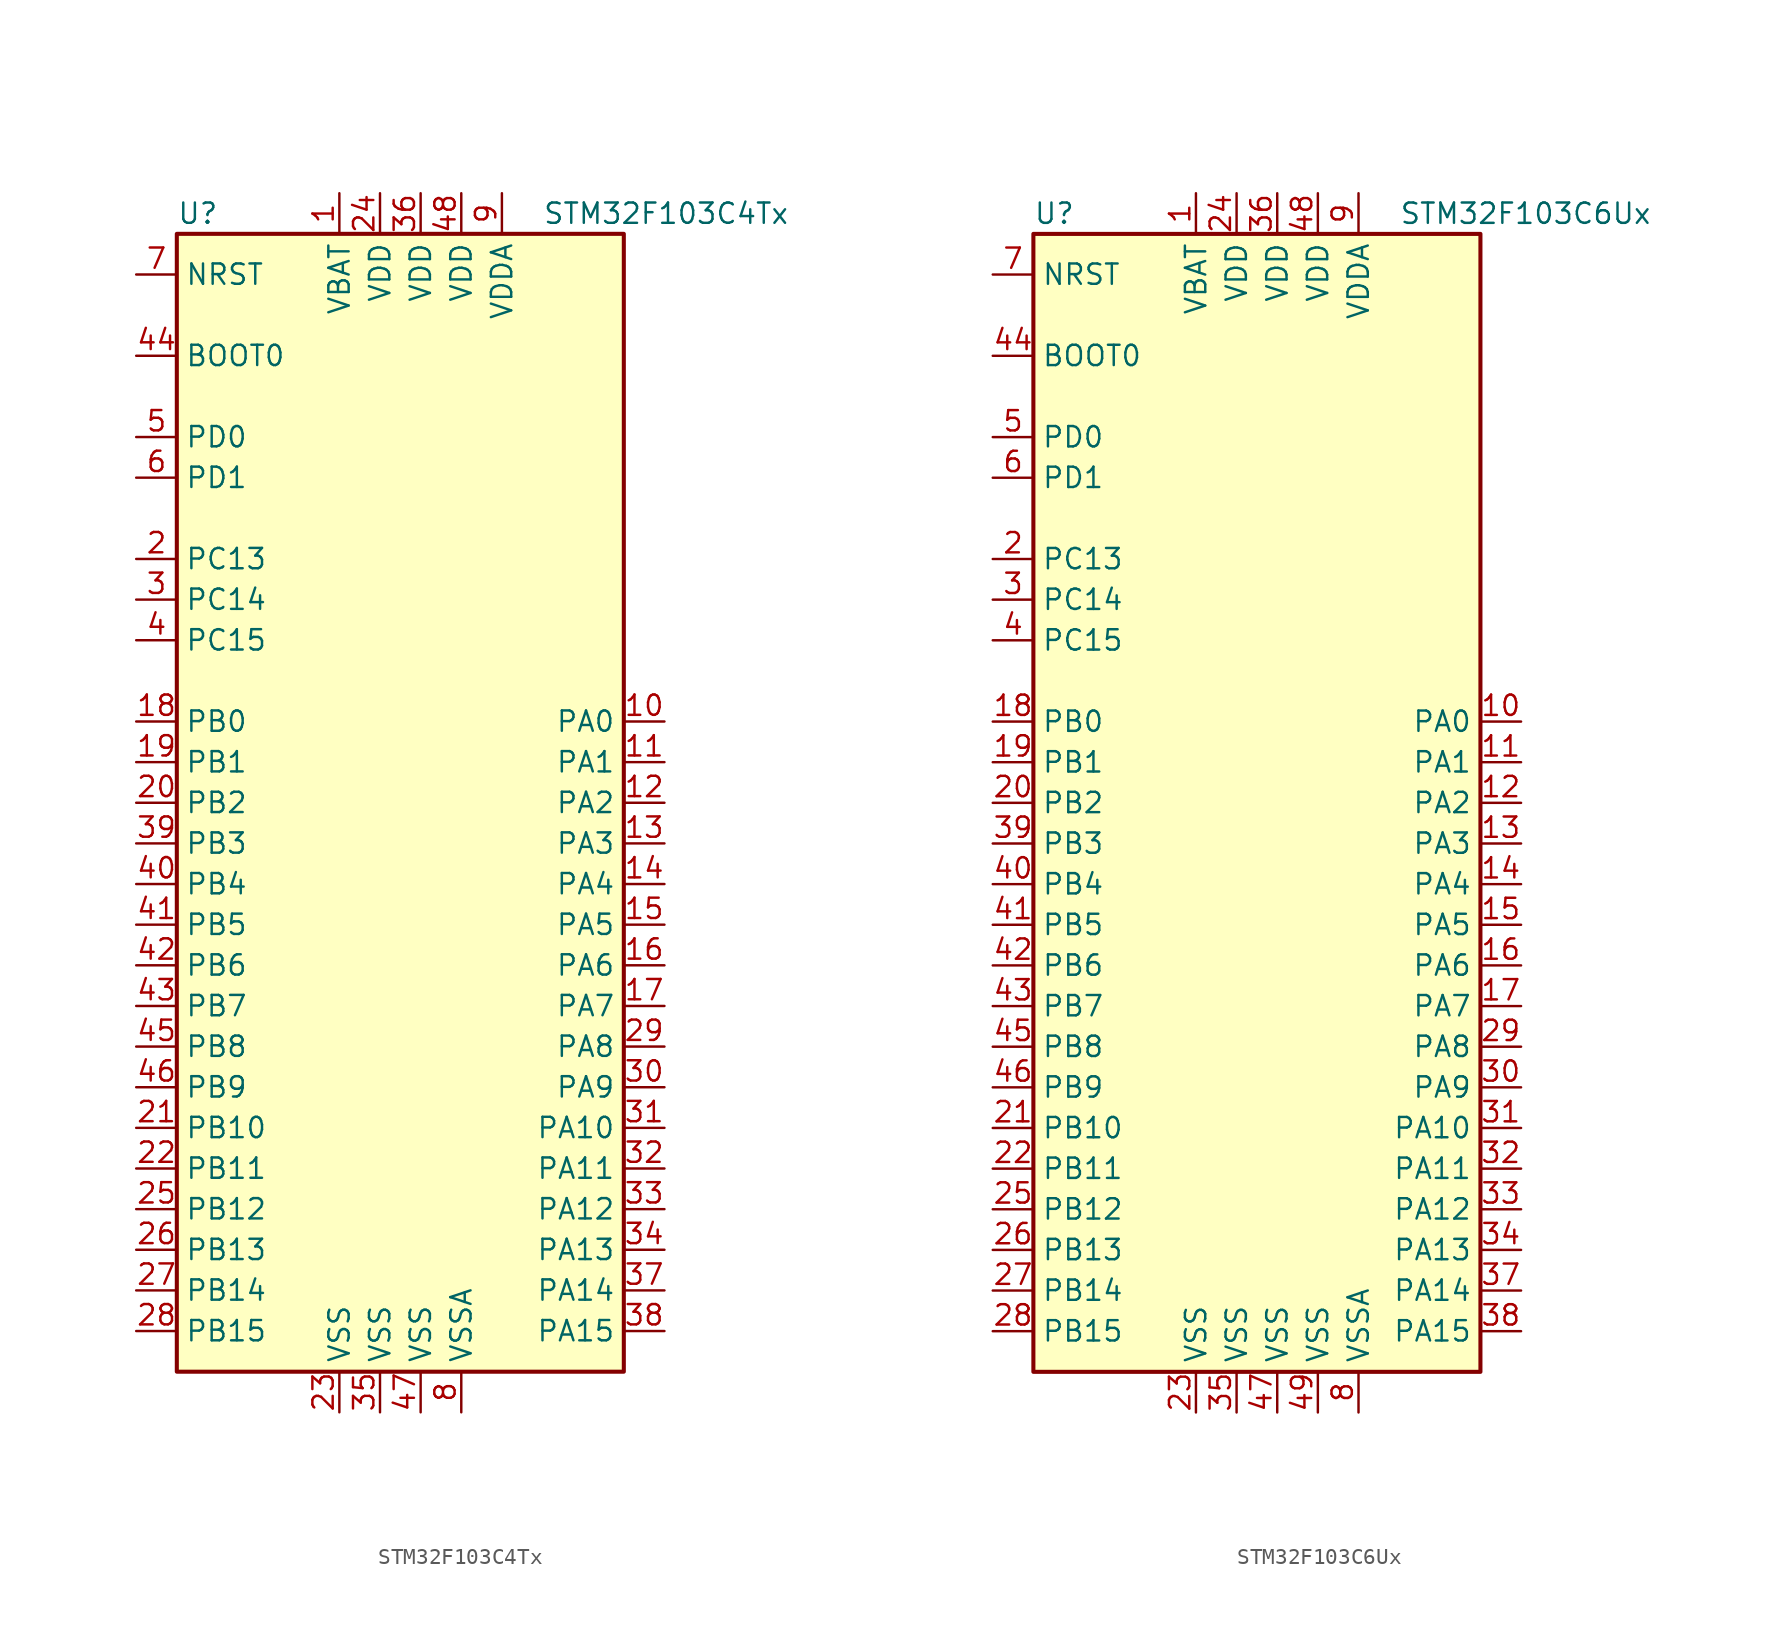
<source format=kicad_sym>
(kicad_symbol_lib
  (version 20201005)
  (generator kicad_symbol_editor)
  (symbol "MCU_ST_STM32F1:STM32F103C4Tx"
    (property "Reference" "U"
      (at -15.24 36.83 0)
      (effects (font (size 1.27 1.27)) (justify left)))
    (property "Value" "STM32F103C4Tx"
      (at 7.62 36.83 0)
      (effects (font (size 1.27 1.27)) (justify left)))
    (symbol "STM32F103C4Tx_0_1"
      (rectangle (start -15.24 -35.56) (end 12.7 35.56) (stroke (width 0.254)) (fill (type background))))
    (symbol "STM32F103C4Tx_1_1"
      (pin input line (at -17.78 27.94 0) (length 2.54) (name "BOOT0" (effects (font (size 1.27 1.27)))) (number "44" (effects (font (size 1.27 1.27)))))
      (pin input line (at -17.78 33.02 0) (length 2.54) (name "NRST" (effects (font (size 1.27 1.27)))) (number "7" (effects (font (size 1.27 1.27)))))
      (pin bidirectional line (at 15.24 5.08 180) (length 2.54) (name "PA0" (effects (font (size 1.27 1.27)))) (number "10" (effects (font (size 1.27 1.27)))))
      (pin bidirectional line (at 15.24 2.54 180) (length 2.54) (name "PA1" (effects (font (size 1.27 1.27)))) (number "11" (effects (font (size 1.27 1.27)))))
      (pin bidirectional line (at 15.24 -20.32 180) (length 2.54) (name "PA10" (effects (font (size 1.27 1.27)))) (number "31" (effects (font (size 1.27 1.27)))))
      (pin bidirectional line (at 15.24 -22.86 180) (length 2.54) (name "PA11" (effects (font (size 1.27 1.27)))) (number "32" (effects (font (size 1.27 1.27)))))
      (pin bidirectional line (at 15.24 -25.4 180) (length 2.54) (name "PA12" (effects (font (size 1.27 1.27)))) (number "33" (effects (font (size 1.27 1.27)))))
      (pin bidirectional line (at 15.24 -27.94 180) (length 2.54) (name "PA13" (effects (font (size 1.27 1.27)))) (number "34" (effects (font (size 1.27 1.27)))))
      (pin bidirectional line (at 15.24 -30.48 180) (length 2.54) (name "PA14" (effects (font (size 1.27 1.27)))) (number "37" (effects (font (size 1.27 1.27)))))
      (pin bidirectional line (at 15.24 -33.02 180) (length 2.54) (name "PA15" (effects (font (size 1.27 1.27)))) (number "38" (effects (font (size 1.27 1.27)))))
      (pin bidirectional line (at 15.24 0 180) (length 2.54) (name "PA2" (effects (font (size 1.27 1.27)))) (number "12" (effects (font (size 1.27 1.27)))))
      (pin bidirectional line (at 15.24 -2.54 180) (length 2.54) (name "PA3" (effects (font (size 1.27 1.27)))) (number "13" (effects (font (size 1.27 1.27)))))
      (pin bidirectional line (at 15.24 -5.08 180) (length 2.54) (name "PA4" (effects (font (size 1.27 1.27)))) (number "14" (effects (font (size 1.27 1.27)))))
      (pin bidirectional line (at 15.24 -7.62 180) (length 2.54) (name "PA5" (effects (font (size 1.27 1.27)))) (number "15" (effects (font (size 1.27 1.27)))))
      (pin bidirectional line (at 15.24 -10.16 180) (length 2.54) (name "PA6" (effects (font (size 1.27 1.27)))) (number "16" (effects (font (size 1.27 1.27)))))
      (pin bidirectional line (at 15.24 -12.7 180) (length 2.54) (name "PA7" (effects (font (size 1.27 1.27)))) (number "17" (effects (font (size 1.27 1.27)))))
      (pin bidirectional line (at 15.24 -15.24 180) (length 2.54) (name "PA8" (effects (font (size 1.27 1.27)))) (number "29" (effects (font (size 1.27 1.27)))))
      (pin bidirectional line (at 15.24 -17.78 180) (length 2.54) (name "PA9" (effects (font (size 1.27 1.27)))) (number "30" (effects (font (size 1.27 1.27)))))
      (pin bidirectional line (at -17.78 5.08 0) (length 2.54) (name "PB0" (effects (font (size 1.27 1.27)))) (number "18" (effects (font (size 1.27 1.27)))))
      (pin bidirectional line (at -17.78 2.54 0) (length 2.54) (name "PB1" (effects (font (size 1.27 1.27)))) (number "19" (effects (font (size 1.27 1.27)))))
      (pin bidirectional line (at -17.78 -20.32 0) (length 2.54) (name "PB10" (effects (font (size 1.27 1.27)))) (number "21" (effects (font (size 1.27 1.27)))))
      (pin bidirectional line (at -17.78 -22.86 0) (length 2.54) (name "PB11" (effects (font (size 1.27 1.27)))) (number "22" (effects (font (size 1.27 1.27)))))
      (pin bidirectional line (at -17.78 -25.4 0) (length 2.54) (name "PB12" (effects (font (size 1.27 1.27)))) (number "25" (effects (font (size 1.27 1.27)))))
      (pin bidirectional line (at -17.78 -27.94 0) (length 2.54) (name "PB13" (effects (font (size 1.27 1.27)))) (number "26" (effects (font (size 1.27 1.27)))))
      (pin bidirectional line (at -17.78 -30.48 0) (length 2.54) (name "PB14" (effects (font (size 1.27 1.27)))) (number "27" (effects (font (size 1.27 1.27)))))
      (pin bidirectional line (at -17.78 -33.02 0) (length 2.54) (name "PB15" (effects (font (size 1.27 1.27)))) (number "28" (effects (font (size 1.27 1.27)))))
      (pin bidirectional line (at -17.78 0 0) (length 2.54) (name "PB2" (effects (font (size 1.27 1.27)))) (number "20" (effects (font (size 1.27 1.27)))))
      (pin bidirectional line (at -17.78 -2.54 0) (length 2.54) (name "PB3" (effects (font (size 1.27 1.27)))) (number "39" (effects (font (size 1.27 1.27)))))
      (pin bidirectional line (at -17.78 -5.08 0) (length 2.54) (name "PB4" (effects (font (size 1.27 1.27)))) (number "40" (effects (font (size 1.27 1.27)))))
      (pin bidirectional line (at -17.78 -7.62 0) (length 2.54) (name "PB5" (effects (font (size 1.27 1.27)))) (number "41" (effects (font (size 1.27 1.27)))))
      (pin bidirectional line (at -17.78 -10.16 0) (length 2.54) (name "PB6" (effects (font (size 1.27 1.27)))) (number "42" (effects (font (size 1.27 1.27)))))
      (pin bidirectional line (at -17.78 -12.7 0) (length 2.54) (name "PB7" (effects (font (size 1.27 1.27)))) (number "43" (effects (font (size 1.27 1.27)))))
      (pin bidirectional line (at -17.78 -15.24 0) (length 2.54) (name "PB8" (effects (font (size 1.27 1.27)))) (number "45" (effects (font (size 1.27 1.27)))))
      (pin bidirectional line (at -17.78 -17.78 0) (length 2.54) (name "PB9" (effects (font (size 1.27 1.27)))) (number "46" (effects (font (size 1.27 1.27)))))
      (pin bidirectional line (at -17.78 15.24 0) (length 2.54) (name "PC13" (effects (font (size 1.27 1.27)))) (number "2" (effects (font (size 1.27 1.27)))))
      (pin bidirectional line (at -17.78 12.7 0) (length 2.54) (name "PC14" (effects (font (size 1.27 1.27)))) (number "3" (effects (font (size 1.27 1.27)))))
      (pin bidirectional line (at -17.78 10.16 0) (length 2.54) (name "PC15" (effects (font (size 1.27 1.27)))) (number "4" (effects (font (size 1.27 1.27)))))
      (pin input line (at -17.78 22.86 0) (length 2.54) (name "PD0" (effects (font (size 1.27 1.27)))) (number "5" (effects (font (size 1.27 1.27)))))
      (pin input line (at -17.78 20.32 0) (length 2.54) (name "PD1" (effects (font (size 1.27 1.27)))) (number "6" (effects (font (size 1.27 1.27)))))
      (pin power_in line (at -5.08 38.1 270) (length 2.54) (name "VBAT" (effects (font (size 1.27 1.27)))) (number "1" (effects (font (size 1.27 1.27)))))
      (pin power_in line (at -2.54 38.1 270) (length 2.54) (name "VDD" (effects (font (size 1.27 1.27)))) (number "24" (effects (font (size 1.27 1.27)))))
      (pin power_in line (at 0 38.1 270) (length 2.54) (name "VDD" (effects (font (size 1.27 1.27)))) (number "36" (effects (font (size 1.27 1.27)))))
      (pin power_in line (at 2.54 38.1 270) (length 2.54) (name "VDD" (effects (font (size 1.27 1.27)))) (number "48" (effects (font (size 1.27 1.27)))))
      (pin power_in line (at 5.08 38.1 270) (length 2.54) (name "VDDA" (effects (font (size 1.27 1.27)))) (number "9" (effects (font (size 1.27 1.27)))))
      (pin power_in line (at -5.08 -38.1 90) (length 2.54) (name "VSS" (effects (font (size 1.27 1.27)))) (number "23" (effects (font (size 1.27 1.27)))))
      (pin power_in line (at -2.54 -38.1 90) (length 2.54) (name "VSS" (effects (font (size 1.27 1.27)))) (number "35" (effects (font (size 1.27 1.27)))))
      (pin power_in line (at 0 -38.1 90) (length 2.54) (name "VSS" (effects (font (size 1.27 1.27)))) (number "47" (effects (font (size 1.27 1.27)))))
      (pin power_in line (at 2.54 -38.1 90) (length 2.54) (name "VSSA" (effects (font (size 1.27 1.27)))) (number "8" (effects (font (size 1.27 1.27)))))))
  (symbol "MCU_ST_STM32F1:STM32F103C6Ux"
    (property "Reference" "U"
      (at -15.24 36.83 0)
      (effects (font (size 1.27 1.27)) (justify left)))
    (property "Value" "STM32F103C6Ux"
      (at 7.62 36.83 0)
      (effects (font (size 1.27 1.27)) (justify left)))
    (symbol "STM32F103C6Ux_0_1"
      (rectangle (start -15.24 -35.56) (end 12.7 35.56) (stroke (width 0.254)) (fill (type background))))
    (symbol "STM32F103C6Ux_1_1"
      (pin input line (at -17.78 27.94 0) (length 2.54) (name "BOOT0" (effects (font (size 1.27 1.27)))) (number "44" (effects (font (size 1.27 1.27)))))
      (pin input line (at -17.78 33.02 0) (length 2.54) (name "NRST" (effects (font (size 1.27 1.27)))) (number "7" (effects (font (size 1.27 1.27)))))
      (pin bidirectional line (at 15.24 5.08 180) (length 2.54) (name "PA0" (effects (font (size 1.27 1.27)))) (number "10" (effects (font (size 1.27 1.27)))))
      (pin bidirectional line (at 15.24 2.54 180) (length 2.54) (name "PA1" (effects (font (size 1.27 1.27)))) (number "11" (effects (font (size 1.27 1.27)))))
      (pin bidirectional line (at 15.24 -20.32 180) (length 2.54) (name "PA10" (effects (font (size 1.27 1.27)))) (number "31" (effects (font (size 1.27 1.27)))))
      (pin bidirectional line (at 15.24 -22.86 180) (length 2.54) (name "PA11" (effects (font (size 1.27 1.27)))) (number "32" (effects (font (size 1.27 1.27)))))
      (pin bidirectional line (at 15.24 -25.4 180) (length 2.54) (name "PA12" (effects (font (size 1.27 1.27)))) (number "33" (effects (font (size 1.27 1.27)))))
      (pin bidirectional line (at 15.24 -27.94 180) (length 2.54) (name "PA13" (effects (font (size 1.27 1.27)))) (number "34" (effects (font (size 1.27 1.27)))))
      (pin bidirectional line (at 15.24 -30.48 180) (length 2.54) (name "PA14" (effects (font (size 1.27 1.27)))) (number "37" (effects (font (size 1.27 1.27)))))
      (pin bidirectional line (at 15.24 -33.02 180) (length 2.54) (name "PA15" (effects (font (size 1.27 1.27)))) (number "38" (effects (font (size 1.27 1.27)))))
      (pin bidirectional line (at 15.24 0 180) (length 2.54) (name "PA2" (effects (font (size 1.27 1.27)))) (number "12" (effects (font (size 1.27 1.27)))))
      (pin bidirectional line (at 15.24 -2.54 180) (length 2.54) (name "PA3" (effects (font (size 1.27 1.27)))) (number "13" (effects (font (size 1.27 1.27)))))
      (pin bidirectional line (at 15.24 -5.08 180) (length 2.54) (name "PA4" (effects (font (size 1.27 1.27)))) (number "14" (effects (font (size 1.27 1.27)))))
      (pin bidirectional line (at 15.24 -7.62 180) (length 2.54) (name "PA5" (effects (font (size 1.27 1.27)))) (number "15" (effects (font (size 1.27 1.27)))))
      (pin bidirectional line (at 15.24 -10.16 180) (length 2.54) (name "PA6" (effects (font (size 1.27 1.27)))) (number "16" (effects (font (size 1.27 1.27)))))
      (pin bidirectional line (at 15.24 -12.7 180) (length 2.54) (name "PA7" (effects (font (size 1.27 1.27)))) (number "17" (effects (font (size 1.27 1.27)))))
      (pin bidirectional line (at 15.24 -15.24 180) (length 2.54) (name "PA8" (effects (font (size 1.27 1.27)))) (number "29" (effects (font (size 1.27 1.27)))))
      (pin bidirectional line (at 15.24 -17.78 180) (length 2.54) (name "PA9" (effects (font (size 1.27 1.27)))) (number "30" (effects (font (size 1.27 1.27)))))
      (pin bidirectional line (at -17.78 5.08 0) (length 2.54) (name "PB0" (effects (font (size 1.27 1.27)))) (number "18" (effects (font (size 1.27 1.27)))))
      (pin bidirectional line (at -17.78 2.54 0) (length 2.54) (name "PB1" (effects (font (size 1.27 1.27)))) (number "19" (effects (font (size 1.27 1.27)))))
      (pin bidirectional line (at -17.78 -20.32 0) (length 2.54) (name "PB10" (effects (font (size 1.27 1.27)))) (number "21" (effects (font (size 1.27 1.27)))))
      (pin bidirectional line (at -17.78 -22.86 0) (length 2.54) (name "PB11" (effects (font (size 1.27 1.27)))) (number "22" (effects (font (size 1.27 1.27)))))
      (pin bidirectional line (at -17.78 -25.4 0) (length 2.54) (name "PB12" (effects (font (size 1.27 1.27)))) (number "25" (effects (font (size 1.27 1.27)))))
      (pin bidirectional line (at -17.78 -27.94 0) (length 2.54) (name "PB13" (effects (font (size 1.27 1.27)))) (number "26" (effects (font (size 1.27 1.27)))))
      (pin bidirectional line (at -17.78 -30.48 0) (length 2.54) (name "PB14" (effects (font (size 1.27 1.27)))) (number "27" (effects (font (size 1.27 1.27)))))
      (pin bidirectional line (at -17.78 -33.02 0) (length 2.54) (name "PB15" (effects (font (size 1.27 1.27)))) (number "28" (effects (font (size 1.27 1.27)))))
      (pin bidirectional line (at -17.78 0 0) (length 2.54) (name "PB2" (effects (font (size 1.27 1.27)))) (number "20" (effects (font (size 1.27 1.27)))))
      (pin bidirectional line (at -17.78 -2.54 0) (length 2.54) (name "PB3" (effects (font (size 1.27 1.27)))) (number "39" (effects (font (size 1.27 1.27)))))
      (pin bidirectional line (at -17.78 -5.08 0) (length 2.54) (name "PB4" (effects (font (size 1.27 1.27)))) (number "40" (effects (font (size 1.27 1.27)))))
      (pin bidirectional line (at -17.78 -7.62 0) (length 2.54) (name "PB5" (effects (font (size 1.27 1.27)))) (number "41" (effects (font (size 1.27 1.27)))))
      (pin bidirectional line (at -17.78 -10.16 0) (length 2.54) (name "PB6" (effects (font (size 1.27 1.27)))) (number "42" (effects (font (size 1.27 1.27)))))
      (pin bidirectional line (at -17.78 -12.7 0) (length 2.54) (name "PB7" (effects (font (size 1.27 1.27)))) (number "43" (effects (font (size 1.27 1.27)))))
      (pin bidirectional line (at -17.78 -15.24 0) (length 2.54) (name "PB8" (effects (font (size 1.27 1.27)))) (number "45" (effects (font (size 1.27 1.27)))))
      (pin bidirectional line (at -17.78 -17.78 0) (length 2.54) (name "PB9" (effects (font (size 1.27 1.27)))) (number "46" (effects (font (size 1.27 1.27)))))
      (pin bidirectional line (at -17.78 15.24 0) (length 2.54) (name "PC13" (effects (font (size 1.27 1.27)))) (number "2" (effects (font (size 1.27 1.27)))))
      (pin bidirectional line (at -17.78 12.7 0) (length 2.54) (name "PC14" (effects (font (size 1.27 1.27)))) (number "3" (effects (font (size 1.27 1.27)))))
      (pin bidirectional line (at -17.78 10.16 0) (length 2.54) (name "PC15" (effects (font (size 1.27 1.27)))) (number "4" (effects (font (size 1.27 1.27)))))
      (pin input line (at -17.78 22.86 0) (length 2.54) (name "PD0" (effects (font (size 1.27 1.27)))) (number "5" (effects (font (size 1.27 1.27)))))
      (pin input line (at -17.78 20.32 0) (length 2.54) (name "PD1" (effects (font (size 1.27 1.27)))) (number "6" (effects (font (size 1.27 1.27)))))
      (pin power_in line (at -5.08 38.1 270) (length 2.54) (name "VBAT" (effects (font (size 1.27 1.27)))) (number "1" (effects (font (size 1.27 1.27)))))
      (pin power_in line (at -2.54 38.1 270) (length 2.54) (name "VDD" (effects (font (size 1.27 1.27)))) (number "24" (effects (font (size 1.27 1.27)))))
      (pin power_in line (at 0 38.1 270) (length 2.54) (name "VDD" (effects (font (size 1.27 1.27)))) (number "36" (effects (font (size 1.27 1.27)))))
      (pin power_in line (at 2.54 38.1 270) (length 2.54) (name "VDD" (effects (font (size 1.27 1.27)))) (number "48" (effects (font (size 1.27 1.27)))))
      (pin power_in line (at 5.08 38.1 270) (length 2.54) (name "VDDA" (effects (font (size 1.27 1.27)))) (number "9" (effects (font (size 1.27 1.27)))))
      (pin power_in line (at -5.08 -38.1 90) (length 2.54) (name "VSS" (effects (font (size 1.27 1.27)))) (number "23" (effects (font (size 1.27 1.27)))))
      (pin power_in line (at -2.54 -38.1 90) (length 2.54) (name "VSS" (effects (font (size 1.27 1.27)))) (number "35" (effects (font (size 1.27 1.27)))))
      (pin power_in line (at 0 -38.1 90) (length 2.54) (name "VSS" (effects (font (size 1.27 1.27)))) (number "47" (effects (font (size 1.27 1.27)))))
      (pin power_in line (at 2.54 -38.1 90) (length 2.54) (name "VSS" (effects (font (size 1.27 1.27)))) (number "49" (effects (font (size 1.27 1.27)))))
      (pin power_in line (at 5.08 -38.1 90) (length 2.54) (name "VSSA" (effects (font (size 1.27 1.27)))) (number "8" (effects (font (size 1.27 1.27))))))))
</source>
